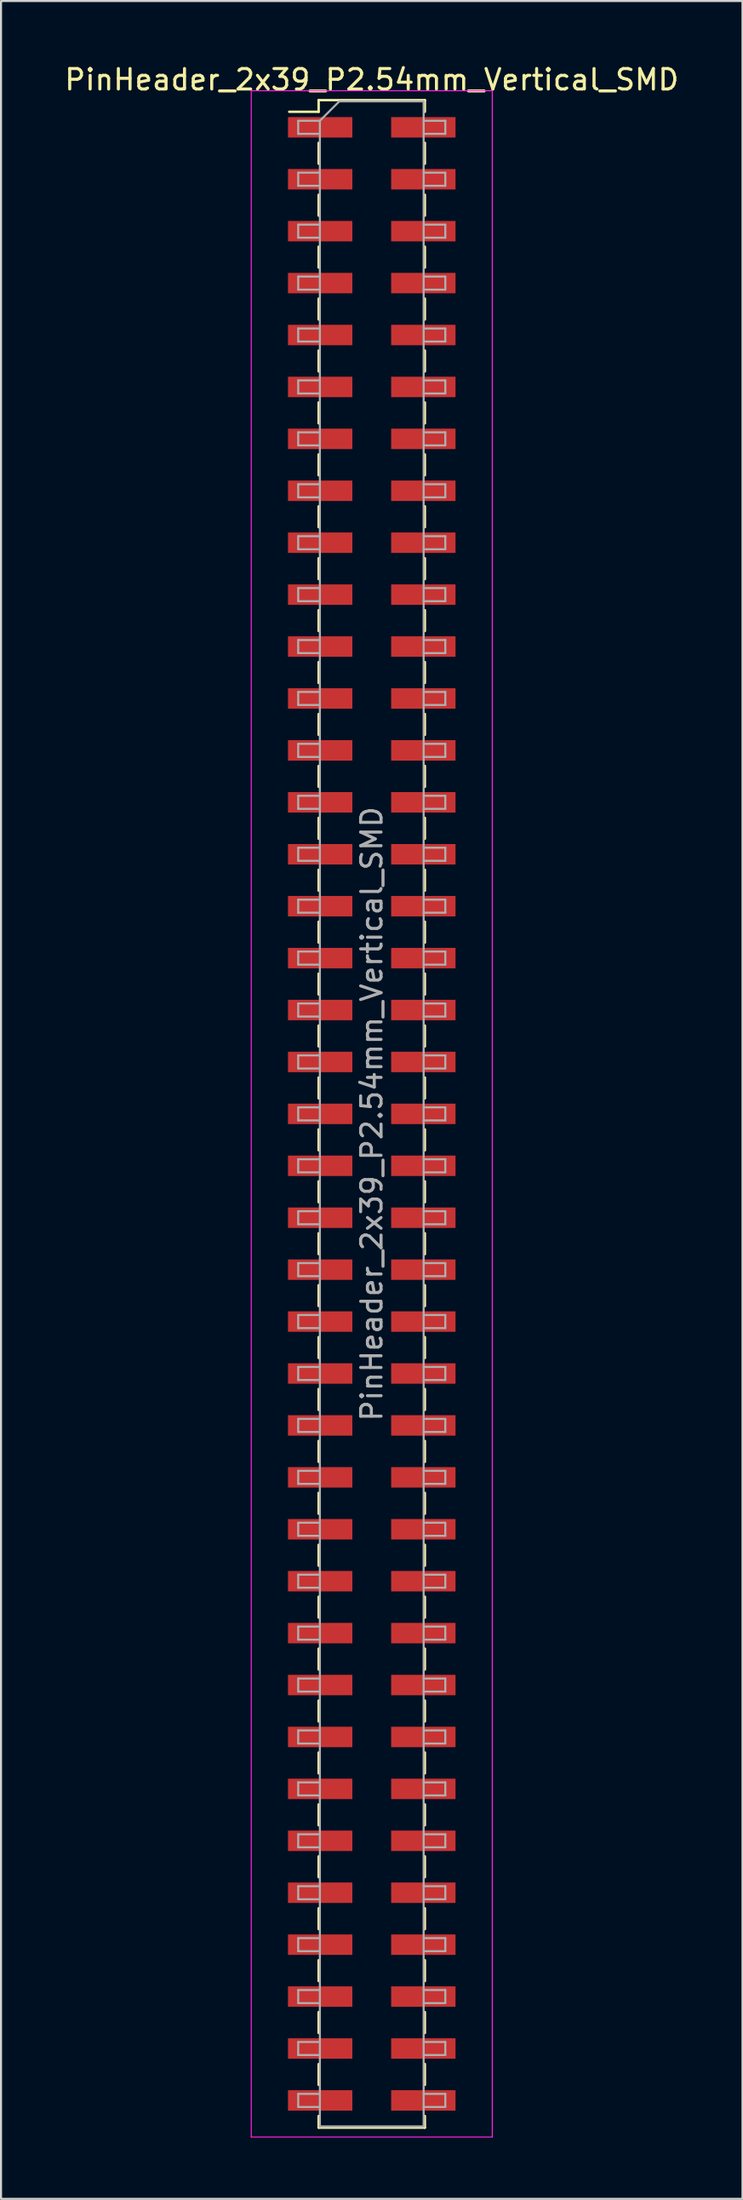
<source format=kicad_pcb>
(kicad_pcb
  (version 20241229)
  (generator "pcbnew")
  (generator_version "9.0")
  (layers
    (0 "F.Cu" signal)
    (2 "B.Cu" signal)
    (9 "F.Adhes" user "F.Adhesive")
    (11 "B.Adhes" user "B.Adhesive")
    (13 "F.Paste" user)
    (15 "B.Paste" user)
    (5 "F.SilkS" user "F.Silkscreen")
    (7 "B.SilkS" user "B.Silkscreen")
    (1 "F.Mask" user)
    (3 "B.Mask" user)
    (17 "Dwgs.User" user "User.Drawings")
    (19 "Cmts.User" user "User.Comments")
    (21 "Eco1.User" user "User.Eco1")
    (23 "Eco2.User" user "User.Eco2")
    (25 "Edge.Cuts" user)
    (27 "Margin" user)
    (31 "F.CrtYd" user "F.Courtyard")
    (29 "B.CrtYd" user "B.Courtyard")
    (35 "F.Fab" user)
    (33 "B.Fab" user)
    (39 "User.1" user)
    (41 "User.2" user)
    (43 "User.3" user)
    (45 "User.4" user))
  (footprint "PinHeader_2x39_P2.54mm_Vertical_SMD"
    (layer "F.Cu")
    (at 15.149 51.438)
    (property "Reference" "PinHeader_2x39_P2.54mm_Vertical_SMD" (at 0 -50.59 0) (layer "F.SilkS") (effects (font (size 1 1) (thickness 0.15))))
    (attr smd)
    (fp_line (start -4.04 -49.02) (end -2.6 -49.02) (stroke (width 0.12) (type solid)) (layer "F.SilkS"))
    (fp_line (start -2.6 -49.59) (end -2.6 -49.02) (stroke (width 0.12) (type solid)) (layer "F.SilkS"))
    (fp_line (start -2.6 -49.59) (end 2.6 -49.59) (stroke (width 0.12) (type solid)) (layer "F.SilkS"))
    (fp_line (start -2.6 -47.5) (end -2.6 -46.48) (stroke (width 0.12) (type solid)) (layer "F.SilkS"))
    (fp_line (start -2.6 -44.96) (end -2.6 -43.94) (stroke (width 0.12) (type solid)) (layer "F.SilkS"))
    (fp_line (start -2.6 -42.42) (end -2.6 -41.4) (stroke (width 0.12) (type solid)) (layer "F.SilkS"))
    (fp_line (start -2.6 -39.88) (end -2.6 -38.86) (stroke (width 0.12) (type solid)) (layer "F.SilkS"))
    (fp_line (start -2.6 -37.34) (end -2.6 -36.32) (stroke (width 0.12) (type solid)) (layer "F.SilkS"))
    (fp_line (start -2.6 -34.8) (end -2.6 -33.78) (stroke (width 0.12) (type solid)) (layer "F.SilkS"))
    (fp_line (start -2.6 -32.26) (end -2.6 -31.24) (stroke (width 0.12) (type solid)) (layer "F.SilkS"))
    (fp_line (start -2.6 -29.72) (end -2.6 -28.7) (stroke (width 0.12) (type solid)) (layer "F.SilkS"))
    (fp_line (start -2.6 -27.18) (end -2.6 -26.16) (stroke (width 0.12) (type solid)) (layer "F.SilkS"))
    (fp_line (start -2.6 -24.64) (end -2.6 -23.62) (stroke (width 0.12) (type solid)) (layer "F.SilkS"))
    (fp_line (start -2.6 -22.1) (end -2.6 -21.08) (stroke (width 0.12) (type solid)) (layer "F.SilkS"))
    (fp_line (start -2.6 -19.56) (end -2.6 -18.54) (stroke (width 0.12) (type solid)) (layer "F.SilkS"))
    (fp_line (start -2.6 -17.02) (end -2.6 -16) (stroke (width 0.12) (type solid)) (layer "F.SilkS"))
    (fp_line (start -2.6 -14.48) (end -2.6 -13.46) (stroke (width 0.12) (type solid)) (layer "F.SilkS"))
    (fp_line (start -2.6 -11.94) (end -2.6 -10.92) (stroke (width 0.12) (type solid)) (layer "F.SilkS"))
    (fp_line (start -2.6 -9.4) (end -2.6 -8.38) (stroke (width 0.12) (type solid)) (layer "F.SilkS"))
    (fp_line (start -2.6 -6.86) (end -2.6 -5.84) (stroke (width 0.12) (type solid)) (layer "F.SilkS"))
    (fp_line (start -2.6 -4.32) (end -2.6 -3.3) (stroke (width 0.12) (type solid)) (layer "F.SilkS"))
    (fp_line (start -2.6 -1.78) (end -2.6 -0.76) (stroke (width 0.12) (type solid)) (layer "F.SilkS"))
    (fp_line (start -2.6 0.76) (end -2.6 1.78) (stroke (width 0.12) (type solid)) (layer "F.SilkS"))
    (fp_line (start -2.6 3.3) (end -2.6 4.32) (stroke (width 0.12) (type solid)) (layer "F.SilkS"))
    (fp_line (start -2.6 5.84) (end -2.6 6.86) (stroke (width 0.12) (type solid)) (layer "F.SilkS"))
    (fp_line (start -2.6 8.38) (end -2.6 9.4) (stroke (width 0.12) (type solid)) (layer "F.SilkS"))
    (fp_line (start -2.6 10.92) (end -2.6 11.94) (stroke (width 0.12) (type solid)) (layer "F.SilkS"))
    (fp_line (start -2.6 13.46) (end -2.6 14.48) (stroke (width 0.12) (type solid)) (layer "F.SilkS"))
    (fp_line (start -2.6 16) (end -2.6 17.02) (stroke (width 0.12) (type solid)) (layer "F.SilkS"))
    (fp_line (start -2.6 18.54) (end -2.6 19.56) (stroke (width 0.12) (type solid)) (layer "F.SilkS"))
    (fp_line (start -2.6 21.08) (end -2.6 22.1) (stroke (width 0.12) (type solid)) (layer "F.SilkS"))
    (fp_line (start -2.6 23.62) (end -2.6 24.64) (stroke (width 0.12) (type solid)) (layer "F.SilkS"))
    (fp_line (start -2.6 26.16) (end -2.6 27.18) (stroke (width 0.12) (type solid)) (layer "F.SilkS"))
    (fp_line (start -2.6 28.7) (end -2.6 29.72) (stroke (width 0.12) (type solid)) (layer "F.SilkS"))
    (fp_line (start -2.6 31.24) (end -2.6 32.26) (stroke (width 0.12) (type solid)) (layer "F.SilkS"))
    (fp_line (start -2.6 33.78) (end -2.6 34.8) (stroke (width 0.12) (type solid)) (layer "F.SilkS"))
    (fp_line (start -2.6 36.32) (end -2.6 37.34) (stroke (width 0.12) (type solid)) (layer "F.SilkS"))
    (fp_line (start -2.6 38.86) (end -2.6 39.88) (stroke (width 0.12) (type solid)) (layer "F.SilkS"))
    (fp_line (start -2.6 41.4) (end -2.6 42.42) (stroke (width 0.12) (type solid)) (layer "F.SilkS"))
    (fp_line (start -2.6 43.94) (end -2.6 44.96) (stroke (width 0.12) (type solid)) (layer "F.SilkS"))
    (fp_line (start -2.6 46.48) (end -2.6 47.5) (stroke (width 0.12) (type solid)) (layer "F.SilkS"))
    (fp_line (start -2.6 49.02) (end -2.6 49.59) (stroke (width 0.12) (type solid)) (layer "F.SilkS"))
    (fp_line (start -2.6 49.59) (end 2.6 49.59) (stroke (width 0.12) (type solid)) (layer "F.SilkS"))
    (fp_line (start 2.6 -49.59) (end 2.6 -49.02) (stroke (width 0.12) (type solid)) (layer "F.SilkS"))
    (fp_line (start 2.6 -47.5) (end 2.6 -46.48) (stroke (width 0.12) (type solid)) (layer "F.SilkS"))
    (fp_line (start 2.6 -44.96) (end 2.6 -43.94) (stroke (width 0.12) (type solid)) (layer "F.SilkS"))
    (fp_line (start 2.6 -42.42) (end 2.6 -41.4) (stroke (width 0.12) (type solid)) (layer "F.SilkS"))
    (fp_line (start 2.6 -39.88) (end 2.6 -38.86) (stroke (width 0.12) (type solid)) (layer "F.SilkS"))
    (fp_line (start 2.6 -37.34) (end 2.6 -36.32) (stroke (width 0.12) (type solid)) (layer "F.SilkS"))
    (fp_line (start 2.6 -34.8) (end 2.6 -33.78) (stroke (width 0.12) (type solid)) (layer "F.SilkS"))
    (fp_line (start 2.6 -32.26) (end 2.6 -31.24) (stroke (width 0.12) (type solid)) (layer "F.SilkS"))
    (fp_line (start 2.6 -29.72) (end 2.6 -28.7) (stroke (width 0.12) (type solid)) (layer "F.SilkS"))
    (fp_line (start 2.6 -27.18) (end 2.6 -26.16) (stroke (width 0.12) (type solid)) (layer "F.SilkS"))
    (fp_line (start 2.6 -24.64) (end 2.6 -23.62) (stroke (width 0.12) (type solid)) (layer "F.SilkS"))
    (fp_line (start 2.6 -22.1) (end 2.6 -21.08) (stroke (width 0.12) (type solid)) (layer "F.SilkS"))
    (fp_line (start 2.6 -19.56) (end 2.6 -18.54) (stroke (width 0.12) (type solid)) (layer "F.SilkS"))
    (fp_line (start 2.6 -17.02) (end 2.6 -16) (stroke (width 0.12) (type solid)) (layer "F.SilkS"))
    (fp_line (start 2.6 -14.48) (end 2.6 -13.46) (stroke (width 0.12) (type solid)) (layer "F.SilkS"))
    (fp_line (start 2.6 -11.94) (end 2.6 -10.92) (stroke (width 0.12) (type solid)) (layer "F.SilkS"))
    (fp_line (start 2.6 -9.4) (end 2.6 -8.38) (stroke (width 0.12) (type solid)) (layer "F.SilkS"))
    (fp_line (start 2.6 -6.86) (end 2.6 -5.84) (stroke (width 0.12) (type solid)) (layer "F.SilkS"))
    (fp_line (start 2.6 -4.32) (end 2.6 -3.3) (stroke (width 0.12) (type solid)) (layer "F.SilkS"))
    (fp_line (start 2.6 -1.78) (end 2.6 -0.76) (stroke (width 0.12) (type solid)) (layer "F.SilkS"))
    (fp_line (start 2.6 0.76) (end 2.6 1.78) (stroke (width 0.12) (type solid)) (layer "F.SilkS"))
    (fp_line (start 2.6 3.3) (end 2.6 4.32) (stroke (width 0.12) (type solid)) (layer "F.SilkS"))
    (fp_line (start 2.6 5.84) (end 2.6 6.86) (stroke (width 0.12) (type solid)) (layer "F.SilkS"))
    (fp_line (start 2.6 8.38) (end 2.6 9.4) (stroke (width 0.12) (type solid)) (layer "F.SilkS"))
    (fp_line (start 2.6 10.92) (end 2.6 11.94) (stroke (width 0.12) (type solid)) (layer "F.SilkS"))
    (fp_line (start 2.6 13.46) (end 2.6 14.48) (stroke (width 0.12) (type solid)) (layer "F.SilkS"))
    (fp_line (start 2.6 16) (end 2.6 17.02) (stroke (width 0.12) (type solid)) (layer "F.SilkS"))
    (fp_line (start 2.6 18.54) (end 2.6 19.56) (stroke (width 0.12) (type solid)) (layer "F.SilkS"))
    (fp_line (start 2.6 21.08) (end 2.6 22.1) (stroke (width 0.12) (type solid)) (layer "F.SilkS"))
    (fp_line (start 2.6 23.62) (end 2.6 24.64) (stroke (width 0.12) (type solid)) (layer "F.SilkS"))
    (fp_line (start 2.6 26.16) (end 2.6 27.18) (stroke (width 0.12) (type solid)) (layer "F.SilkS"))
    (fp_line (start 2.6 28.7) (end 2.6 29.72) (stroke (width 0.12) (type solid)) (layer "F.SilkS"))
    (fp_line (start 2.6 31.24) (end 2.6 32.26) (stroke (width 0.12) (type solid)) (layer "F.SilkS"))
    (fp_line (start 2.6 33.78) (end 2.6 34.8) (stroke (width 0.12) (type solid)) (layer "F.SilkS"))
    (fp_line (start 2.6 36.32) (end 2.6 37.34) (stroke (width 0.12) (type solid)) (layer "F.SilkS"))
    (fp_line (start 2.6 38.86) (end 2.6 39.88) (stroke (width 0.12) (type solid)) (layer "F.SilkS"))
    (fp_line (start 2.6 41.4) (end 2.6 42.42) (stroke (width 0.12) (type solid)) (layer "F.SilkS"))
    (fp_line (start 2.6 43.94) (end 2.6 44.96) (stroke (width 0.12) (type solid)) (layer "F.SilkS"))
    (fp_line (start 2.6 46.48) (end 2.6 47.5) (stroke (width 0.12) (type solid)) (layer "F.SilkS"))
    (fp_line (start 2.6 49.02) (end 2.6 49.59) (stroke (width 0.12) (type solid)) (layer "F.SilkS"))
    (fp_line (start -5.9 -50.05) (end -5.9 50.05) (stroke (width 0.05) (type solid)) (layer "F.CrtYd"))
    (fp_line (start -5.9 50.05) (end 5.9 50.05) (stroke (width 0.05) (type solid)) (layer "F.CrtYd"))
    (fp_line (start 5.9 -50.05) (end -5.9 -50.05) (stroke (width 0.05) (type solid)) (layer "F.CrtYd"))
    (fp_line (start 5.9 50.05) (end 5.9 -50.05) (stroke (width 0.05) (type solid)) (layer "F.CrtYd"))
    (fp_line (start -3.6 -48.58) (end -3.6 -47.94) (stroke (width 0.1) (type solid)) (layer "F.Fab"))
    (fp_line (start -3.6 -47.94) (end -2.54 -47.94) (stroke (width 0.1) (type solid)) (layer "F.Fab"))
    (fp_line (start -3.6 -46.04) (end -3.6 -45.4) (stroke (width 0.1) (type solid)) (layer "F.Fab"))
    (fp_line (start -3.6 -45.4) (end -2.54 -45.4) (stroke (width 0.1) (type solid)) (layer "F.Fab"))
    (fp_line (start -3.6 -43.5) (end -3.6 -42.86) (stroke (width 0.1) (type solid)) (layer "F.Fab"))
    (fp_line (start -3.6 -42.86) (end -2.54 -42.86) (stroke (width 0.1) (type solid)) (layer "F.Fab"))
    (fp_line (start -3.6 -40.96) (end -3.6 -40.32) (stroke (width 0.1) (type solid)) (layer "F.Fab"))
    (fp_line (start -3.6 -40.32) (end -2.54 -40.32) (stroke (width 0.1) (type solid)) (layer "F.Fab"))
    (fp_line (start -3.6 -38.42) (end -3.6 -37.78) (stroke (width 0.1) (type solid)) (layer "F.Fab"))
    (fp_line (start -3.6 -37.78) (end -2.54 -37.78) (stroke (width 0.1) (type solid)) (layer "F.Fab"))
    (fp_line (start -3.6 -35.88) (end -3.6 -35.24) (stroke (width 0.1) (type solid)) (layer "F.Fab"))
    (fp_line (start -3.6 -35.24) (end -2.54 -35.24) (stroke (width 0.1) (type solid)) (layer "F.Fab"))
    (fp_line (start -3.6 -33.34) (end -3.6 -32.7) (stroke (width 0.1) (type solid)) (layer "F.Fab"))
    (fp_line (start -3.6 -32.7) (end -2.54 -32.7) (stroke (width 0.1) (type solid)) (layer "F.Fab"))
    (fp_line (start -3.6 -30.8) (end -3.6 -30.16) (stroke (width 0.1) (type solid)) (layer "F.Fab"))
    (fp_line (start -3.6 -30.16) (end -2.54 -30.16) (stroke (width 0.1) (type solid)) (layer "F.Fab"))
    (fp_line (start -3.6 -28.26) (end -3.6 -27.62) (stroke (width 0.1) (type solid)) (layer "F.Fab"))
    (fp_line (start -3.6 -27.62) (end -2.54 -27.62) (stroke (width 0.1) (type solid)) (layer "F.Fab"))
    (fp_line (start -3.6 -25.72) (end -3.6 -25.08) (stroke (width 0.1) (type solid)) (layer "F.Fab"))
    (fp_line (start -3.6 -25.08) (end -2.54 -25.08) (stroke (width 0.1) (type solid)) (layer "F.Fab"))
    (fp_line (start -3.6 -23.18) (end -3.6 -22.54) (stroke (width 0.1) (type solid)) (layer "F.Fab"))
    (fp_line (start -3.6 -22.54) (end -2.54 -22.54) (stroke (width 0.1) (type solid)) (layer "F.Fab"))
    (fp_line (start -3.6 -20.64) (end -3.6 -20) (stroke (width 0.1) (type solid)) (layer "F.Fab"))
    (fp_line (start -3.6 -20) (end -2.54 -20) (stroke (width 0.1) (type solid)) (layer "F.Fab"))
    (fp_line (start -3.6 -18.1) (end -3.6 -17.46) (stroke (width 0.1) (type solid)) (layer "F.Fab"))
    (fp_line (start -3.6 -17.46) (end -2.54 -17.46) (stroke (width 0.1) (type solid)) (layer "F.Fab"))
    (fp_line (start -3.6 -15.56) (end -3.6 -14.92) (stroke (width 0.1) (type solid)) (layer "F.Fab"))
    (fp_line (start -3.6 -14.92) (end -2.54 -14.92) (stroke (width 0.1) (type solid)) (layer "F.Fab"))
    (fp_line (start -3.6 -13.02) (end -3.6 -12.38) (stroke (width 0.1) (type solid)) (layer "F.Fab"))
    (fp_line (start -3.6 -12.38) (end -2.54 -12.38) (stroke (width 0.1) (type solid)) (layer "F.Fab"))
    (fp_line (start -3.6 -10.48) (end -3.6 -9.84) (stroke (width 0.1) (type solid)) (layer "F.Fab"))
    (fp_line (start -3.6 -9.84) (end -2.54 -9.84) (stroke (width 0.1) (type solid)) (layer "F.Fab"))
    (fp_line (start -3.6 -7.94) (end -3.6 -7.3) (stroke (width 0.1) (type solid)) (layer "F.Fab"))
    (fp_line (start -3.6 -7.3) (end -2.54 -7.3) (stroke (width 0.1) (type solid)) (layer "F.Fab"))
    (fp_line (start -3.6 -5.4) (end -3.6 -4.76) (stroke (width 0.1) (type solid)) (layer "F.Fab"))
    (fp_line (start -3.6 -4.76) (end -2.54 -4.76) (stroke (width 0.1) (type solid)) (layer "F.Fab"))
    (fp_line (start -3.6 -2.86) (end -3.6 -2.22) (stroke (width 0.1) (type solid)) (layer "F.Fab"))
    (fp_line (start -3.6 -2.22) (end -2.54 -2.22) (stroke (width 0.1) (type solid)) (layer "F.Fab"))
    (fp_line (start -3.6 -0.32) (end -3.6 0.32) (stroke (width 0.1) (type solid)) (layer "F.Fab"))
    (fp_line (start -3.6 0.32) (end -2.54 0.32) (stroke (width 0.1) (type solid)) (layer "F.Fab"))
    (fp_line (start -3.6 2.22) (end -3.6 2.86) (stroke (width 0.1) (type solid)) (layer "F.Fab"))
    (fp_line (start -3.6 2.86) (end -2.54 2.86) (stroke (width 0.1) (type solid)) (layer "F.Fab"))
    (fp_line (start -3.6 4.76) (end -3.6 5.4) (stroke (width 0.1) (type solid)) (layer "F.Fab"))
    (fp_line (start -3.6 5.4) (end -2.54 5.4) (stroke (width 0.1) (type solid)) (layer "F.Fab"))
    (fp_line (start -3.6 7.3) (end -3.6 7.94) (stroke (width 0.1) (type solid)) (layer "F.Fab"))
    (fp_line (start -3.6 7.94) (end -2.54 7.94) (stroke (width 0.1) (type solid)) (layer "F.Fab"))
    (fp_line (start -3.6 9.84) (end -3.6 10.48) (stroke (width 0.1) (type solid)) (layer "F.Fab"))
    (fp_line (start -3.6 10.48) (end -2.54 10.48) (stroke (width 0.1) (type solid)) (layer "F.Fab"))
    (fp_line (start -3.6 12.38) (end -3.6 13.02) (stroke (width 0.1) (type solid)) (layer "F.Fab"))
    (fp_line (start -3.6 13.02) (end -2.54 13.02) (stroke (width 0.1) (type solid)) (layer "F.Fab"))
    (fp_line (start -3.6 14.92) (end -3.6 15.56) (stroke (width 0.1) (type solid)) (layer "F.Fab"))
    (fp_line (start -3.6 15.56) (end -2.54 15.56) (stroke (width 0.1) (type solid)) (layer "F.Fab"))
    (fp_line (start -3.6 17.46) (end -3.6 18.1) (stroke (width 0.1) (type solid)) (layer "F.Fab"))
    (fp_line (start -3.6 18.1) (end -2.54 18.1) (stroke (width 0.1) (type solid)) (layer "F.Fab"))
    (fp_line (start -3.6 20) (end -3.6 20.64) (stroke (width 0.1) (type solid)) (layer "F.Fab"))
    (fp_line (start -3.6 20.64) (end -2.54 20.64) (stroke (width 0.1) (type solid)) (layer "F.Fab"))
    (fp_line (start -3.6 22.54) (end -3.6 23.18) (stroke (width 0.1) (type solid)) (layer "F.Fab"))
    (fp_line (start -3.6 23.18) (end -2.54 23.18) (stroke (width 0.1) (type solid)) (layer "F.Fab"))
    (fp_line (start -3.6 25.08) (end -3.6 25.72) (stroke (width 0.1) (type solid)) (layer "F.Fab"))
    (fp_line (start -3.6 25.72) (end -2.54 25.72) (stroke (width 0.1) (type solid)) (layer "F.Fab"))
    (fp_line (start -3.6 27.62) (end -3.6 28.26) (stroke (width 0.1) (type solid)) (layer "F.Fab"))
    (fp_line (start -3.6 28.26) (end -2.54 28.26) (stroke (width 0.1) (type solid)) (layer "F.Fab"))
    (fp_line (start -3.6 30.16) (end -3.6 30.8) (stroke (width 0.1) (type solid)) (layer "F.Fab"))
    (fp_line (start -3.6 30.8) (end -2.54 30.8) (stroke (width 0.1) (type solid)) (layer "F.Fab"))
    (fp_line (start -3.6 32.7) (end -3.6 33.34) (stroke (width 0.1) (type solid)) (layer "F.Fab"))
    (fp_line (start -3.6 33.34) (end -2.54 33.34) (stroke (width 0.1) (type solid)) (layer "F.Fab"))
    (fp_line (start -3.6 35.24) (end -3.6 35.88) (stroke (width 0.1) (type solid)) (layer "F.Fab"))
    (fp_line (start -3.6 35.88) (end -2.54 35.88) (stroke (width 0.1) (type solid)) (layer "F.Fab"))
    (fp_line (start -3.6 37.78) (end -3.6 38.42) (stroke (width 0.1) (type solid)) (layer "F.Fab"))
    (fp_line (start -3.6 38.42) (end -2.54 38.42) (stroke (width 0.1) (type solid)) (layer "F.Fab"))
    (fp_line (start -3.6 40.32) (end -3.6 40.96) (stroke (width 0.1) (type solid)) (layer "F.Fab"))
    (fp_line (start -3.6 40.96) (end -2.54 40.96) (stroke (width 0.1) (type solid)) (layer "F.Fab"))
    (fp_line (start -3.6 42.86) (end -3.6 43.5) (stroke (width 0.1) (type solid)) (layer "F.Fab"))
    (fp_line (start -3.6 43.5) (end -2.54 43.5) (stroke (width 0.1) (type solid)) (layer "F.Fab"))
    (fp_line (start -3.6 45.4) (end -3.6 46.04) (stroke (width 0.1) (type solid)) (layer "F.Fab"))
    (fp_line (start -3.6 46.04) (end -2.54 46.04) (stroke (width 0.1) (type solid)) (layer "F.Fab"))
    (fp_line (start -3.6 47.94) (end -3.6 48.58) (stroke (width 0.1) (type solid)) (layer "F.Fab"))
    (fp_line (start -3.6 48.58) (end -2.54 48.58) (stroke (width 0.1) (type solid)) (layer "F.Fab"))
    (fp_line (start -2.54 -48.58) (end -3.6 -48.58) (stroke (width 0.1) (type solid)) (layer "F.Fab"))
    (fp_line (start -2.54 -48.58) (end -1.59 -49.53) (stroke (width 0.1) (type solid)) (layer "F.Fab"))
    (fp_line (start -2.54 -46.04) (end -3.6 -46.04) (stroke (width 0.1) (type solid)) (layer "F.Fab"))
    (fp_line (start -2.54 -43.5) (end -3.6 -43.5) (stroke (width 0.1) (type solid)) (layer "F.Fab"))
    (fp_line (start -2.54 -40.96) (end -3.6 -40.96) (stroke (width 0.1) (type solid)) (layer "F.Fab"))
    (fp_line (start -2.54 -38.42) (end -3.6 -38.42) (stroke (width 0.1) (type solid)) (layer "F.Fab"))
    (fp_line (start -2.54 -35.88) (end -3.6 -35.88) (stroke (width 0.1) (type solid)) (layer "F.Fab"))
    (fp_line (start -2.54 -33.34) (end -3.6 -33.34) (stroke (width 0.1) (type solid)) (layer "F.Fab"))
    (fp_line (start -2.54 -30.8) (end -3.6 -30.8) (stroke (width 0.1) (type solid)) (layer "F.Fab"))
    (fp_line (start -2.54 -28.26) (end -3.6 -28.26) (stroke (width 0.1) (type solid)) (layer "F.Fab"))
    (fp_line (start -2.54 -25.72) (end -3.6 -25.72) (stroke (width 0.1) (type solid)) (layer "F.Fab"))
    (fp_line (start -2.54 -23.18) (end -3.6 -23.18) (stroke (width 0.1) (type solid)) (layer "F.Fab"))
    (fp_line (start -2.54 -20.64) (end -3.6 -20.64) (stroke (width 0.1) (type solid)) (layer "F.Fab"))
    (fp_line (start -2.54 -18.1) (end -3.6 -18.1) (stroke (width 0.1) (type solid)) (layer "F.Fab"))
    (fp_line (start -2.54 -15.56) (end -3.6 -15.56) (stroke (width 0.1) (type solid)) (layer "F.Fab"))
    (fp_line (start -2.54 -13.02) (end -3.6 -13.02) (stroke (width 0.1) (type solid)) (layer "F.Fab"))
    (fp_line (start -2.54 -10.48) (end -3.6 -10.48) (stroke (width 0.1) (type solid)) (layer "F.Fab"))
    (fp_line (start -2.54 -7.94) (end -3.6 -7.94) (stroke (width 0.1) (type solid)) (layer "F.Fab"))
    (fp_line (start -2.54 -5.4) (end -3.6 -5.4) (stroke (width 0.1) (type solid)) (layer "F.Fab"))
    (fp_line (start -2.54 -2.86) (end -3.6 -2.86) (stroke (width 0.1) (type solid)) (layer "F.Fab"))
    (fp_line (start -2.54 -0.32) (end -3.6 -0.32) (stroke (width 0.1) (type solid)) (layer "F.Fab"))
    (fp_line (start -2.54 2.22) (end -3.6 2.22) (stroke (width 0.1) (type solid)) (layer "F.Fab"))
    (fp_line (start -2.54 4.76) (end -3.6 4.76) (stroke (width 0.1) (type solid)) (layer "F.Fab"))
    (fp_line (start -2.54 7.3) (end -3.6 7.3) (stroke (width 0.1) (type solid)) (layer "F.Fab"))
    (fp_line (start -2.54 9.84) (end -3.6 9.84) (stroke (width 0.1) (type solid)) (layer "F.Fab"))
    (fp_line (start -2.54 12.38) (end -3.6 12.38) (stroke (width 0.1) (type solid)) (layer "F.Fab"))
    (fp_line (start -2.54 14.92) (end -3.6 14.92) (stroke (width 0.1) (type solid)) (layer "F.Fab"))
    (fp_line (start -2.54 17.46) (end -3.6 17.46) (stroke (width 0.1) (type solid)) (layer "F.Fab"))
    (fp_line (start -2.54 20) (end -3.6 20) (stroke (width 0.1) (type solid)) (layer "F.Fab"))
    (fp_line (start -2.54 22.54) (end -3.6 22.54) (stroke (width 0.1) (type solid)) (layer "F.Fab"))
    (fp_line (start -2.54 25.08) (end -3.6 25.08) (stroke (width 0.1) (type solid)) (layer "F.Fab"))
    (fp_line (start -2.54 27.62) (end -3.6 27.62) (stroke (width 0.1) (type solid)) (layer "F.Fab"))
    (fp_line (start -2.54 30.16) (end -3.6 30.16) (stroke (width 0.1) (type solid)) (layer "F.Fab"))
    (fp_line (start -2.54 32.7) (end -3.6 32.7) (stroke (width 0.1) (type solid)) (layer "F.Fab"))
    (fp_line (start -2.54 35.24) (end -3.6 35.24) (stroke (width 0.1) (type solid)) (layer "F.Fab"))
    (fp_line (start -2.54 37.78) (end -3.6 37.78) (stroke (width 0.1) (type solid)) (layer "F.Fab"))
    (fp_line (start -2.54 40.32) (end -3.6 40.32) (stroke (width 0.1) (type solid)) (layer "F.Fab"))
    (fp_line (start -2.54 42.86) (end -3.6 42.86) (stroke (width 0.1) (type solid)) (layer "F.Fab"))
    (fp_line (start -2.54 45.4) (end -3.6 45.4) (stroke (width 0.1) (type solid)) (layer "F.Fab"))
    (fp_line (start -2.54 47.94) (end -3.6 47.94) (stroke (width 0.1) (type solid)) (layer "F.Fab"))
    (fp_line (start -2.54 49.53) (end -2.54 -48.58) (stroke (width 0.1) (type solid)) (layer "F.Fab"))
    (fp_line (start -1.59 -49.53) (end 2.54 -49.53) (stroke (width 0.1) (type solid)) (layer "F.Fab"))
    (fp_line (start 2.54 -49.53) (end 2.54 49.53) (stroke (width 0.1) (type solid)) (layer "F.Fab"))
    (fp_line (start 2.54 -48.58) (end 3.6 -48.58) (stroke (width 0.1) (type solid)) (layer "F.Fab"))
    (fp_line (start 2.54 -46.04) (end 3.6 -46.04) (stroke (width 0.1) (type solid)) (layer "F.Fab"))
    (fp_line (start 2.54 -43.5) (end 3.6 -43.5) (stroke (width 0.1) (type solid)) (layer "F.Fab"))
    (fp_line (start 2.54 -40.96) (end 3.6 -40.96) (stroke (width 0.1) (type solid)) (layer "F.Fab"))
    (fp_line (start 2.54 -38.42) (end 3.6 -38.42) (stroke (width 0.1) (type solid)) (layer "F.Fab"))
    (fp_line (start 2.54 -35.88) (end 3.6 -35.88) (stroke (width 0.1) (type solid)) (layer "F.Fab"))
    (fp_line (start 2.54 -33.34) (end 3.6 -33.34) (stroke (width 0.1) (type solid)) (layer "F.Fab"))
    (fp_line (start 2.54 -30.8) (end 3.6 -30.8) (stroke (width 0.1) (type solid)) (layer "F.Fab"))
    (fp_line (start 2.54 -28.26) (end 3.6 -28.26) (stroke (width 0.1) (type solid)) (layer "F.Fab"))
    (fp_line (start 2.54 -25.72) (end 3.6 -25.72) (stroke (width 0.1) (type solid)) (layer "F.Fab"))
    (fp_line (start 2.54 -23.18) (end 3.6 -23.18) (stroke (width 0.1) (type solid)) (layer "F.Fab"))
    (fp_line (start 2.54 -20.64) (end 3.6 -20.64) (stroke (width 0.1) (type solid)) (layer "F.Fab"))
    (fp_line (start 2.54 -18.1) (end 3.6 -18.1) (stroke (width 0.1) (type solid)) (layer "F.Fab"))
    (fp_line (start 2.54 -15.56) (end 3.6 -15.56) (stroke (width 0.1) (type solid)) (layer "F.Fab"))
    (fp_line (start 2.54 -13.02) (end 3.6 -13.02) (stroke (width 0.1) (type solid)) (layer "F.Fab"))
    (fp_line (start 2.54 -10.48) (end 3.6 -10.48) (stroke (width 0.1) (type solid)) (layer "F.Fab"))
    (fp_line (start 2.54 -7.94) (end 3.6 -7.94) (stroke (width 0.1) (type solid)) (layer "F.Fab"))
    (fp_line (start 2.54 -5.4) (end 3.6 -5.4) (stroke (width 0.1) (type solid)) (layer "F.Fab"))
    (fp_line (start 2.54 -2.86) (end 3.6 -2.86) (stroke (width 0.1) (type solid)) (layer "F.Fab"))
    (fp_line (start 2.54 -0.32) (end 3.6 -0.32) (stroke (width 0.1) (type solid)) (layer "F.Fab"))
    (fp_line (start 2.54 2.22) (end 3.6 2.22) (stroke (width 0.1) (type solid)) (layer "F.Fab"))
    (fp_line (start 2.54 4.76) (end 3.6 4.76) (stroke (width 0.1) (type solid)) (layer "F.Fab"))
    (fp_line (start 2.54 7.3) (end 3.6 7.3) (stroke (width 0.1) (type solid)) (layer "F.Fab"))
    (fp_line (start 2.54 9.84) (end 3.6 9.84) (stroke (width 0.1) (type solid)) (layer "F.Fab"))
    (fp_line (start 2.54 12.38) (end 3.6 12.38) (stroke (width 0.1) (type solid)) (layer "F.Fab"))
    (fp_line (start 2.54 14.92) (end 3.6 14.92) (stroke (width 0.1) (type solid)) (layer "F.Fab"))
    (fp_line (start 2.54 17.46) (end 3.6 17.46) (stroke (width 0.1) (type solid)) (layer "F.Fab"))
    (fp_line (start 2.54 20) (end 3.6 20) (stroke (width 0.1) (type solid)) (layer "F.Fab"))
    (fp_line (start 2.54 22.54) (end 3.6 22.54) (stroke (width 0.1) (type solid)) (layer "F.Fab"))
    (fp_line (start 2.54 25.08) (end 3.6 25.08) (stroke (width 0.1) (type solid)) (layer "F.Fab"))
    (fp_line (start 2.54 27.62) (end 3.6 27.62) (stroke (width 0.1) (type solid)) (layer "F.Fab"))
    (fp_line (start 2.54 30.16) (end 3.6 30.16) (stroke (width 0.1) (type solid)) (layer "F.Fab"))
    (fp_line (start 2.54 32.7) (end 3.6 32.7) (stroke (width 0.1) (type solid)) (layer "F.Fab"))
    (fp_line (start 2.54 35.24) (end 3.6 35.24) (stroke (width 0.1) (type solid)) (layer "F.Fab"))
    (fp_line (start 2.54 37.78) (end 3.6 37.78) (stroke (width 0.1) (type solid)) (layer "F.Fab"))
    (fp_line (start 2.54 40.32) (end 3.6 40.32) (stroke (width 0.1) (type solid)) (layer "F.Fab"))
    (fp_line (start 2.54 42.86) (end 3.6 42.86) (stroke (width 0.1) (type solid)) (layer "F.Fab"))
    (fp_line (start 2.54 45.4) (end 3.6 45.4) (stroke (width 0.1) (type solid)) (layer "F.Fab"))
    (fp_line (start 2.54 47.94) (end 3.6 47.94) (stroke (width 0.1) (type solid)) (layer "F.Fab"))
    (fp_line (start 2.54 49.53) (end -2.54 49.53) (stroke (width 0.1) (type solid)) (layer "F.Fab"))
    (fp_line (start 3.6 -48.58) (end 3.6 -47.94) (stroke (width 0.1) (type solid)) (layer "F.Fab"))
    (fp_line (start 3.6 -47.94) (end 2.54 -47.94) (stroke (width 0.1) (type solid)) (layer "F.Fab"))
    (fp_line (start 3.6 -46.04) (end 3.6 -45.4) (stroke (width 0.1) (type solid)) (layer "F.Fab"))
    (fp_line (start 3.6 -45.4) (end 2.54 -45.4) (stroke (width 0.1) (type solid)) (layer "F.Fab"))
    (fp_line (start 3.6 -43.5) (end 3.6 -42.86) (stroke (width 0.1) (type solid)) (layer "F.Fab"))
    (fp_line (start 3.6 -42.86) (end 2.54 -42.86) (stroke (width 0.1) (type solid)) (layer "F.Fab"))
    (fp_line (start 3.6 -40.96) (end 3.6 -40.32) (stroke (width 0.1) (type solid)) (layer "F.Fab"))
    (fp_line (start 3.6 -40.32) (end 2.54 -40.32) (stroke (width 0.1) (type solid)) (layer "F.Fab"))
    (fp_line (start 3.6 -38.42) (end 3.6 -37.78) (stroke (width 0.1) (type solid)) (layer "F.Fab"))
    (fp_line (start 3.6 -37.78) (end 2.54 -37.78) (stroke (width 0.1) (type solid)) (layer "F.Fab"))
    (fp_line (start 3.6 -35.88) (end 3.6 -35.24) (stroke (width 0.1) (type solid)) (layer "F.Fab"))
    (fp_line (start 3.6 -35.24) (end 2.54 -35.24) (stroke (width 0.1) (type solid)) (layer "F.Fab"))
    (fp_line (start 3.6 -33.34) (end 3.6 -32.7) (stroke (width 0.1) (type solid)) (layer "F.Fab"))
    (fp_line (start 3.6 -32.7) (end 2.54 -32.7) (stroke (width 0.1) (type solid)) (layer "F.Fab"))
    (fp_line (start 3.6 -30.8) (end 3.6 -30.16) (stroke (width 0.1) (type solid)) (layer "F.Fab"))
    (fp_line (start 3.6 -30.16) (end 2.54 -30.16) (stroke (width 0.1) (type solid)) (layer "F.Fab"))
    (fp_line (start 3.6 -28.26) (end 3.6 -27.62) (stroke (width 0.1) (type solid)) (layer "F.Fab"))
    (fp_line (start 3.6 -27.62) (end 2.54 -27.62) (stroke (width 0.1) (type solid)) (layer "F.Fab"))
    (fp_line (start 3.6 -25.72) (end 3.6 -25.08) (stroke (width 0.1) (type solid)) (layer "F.Fab"))
    (fp_line (start 3.6 -25.08) (end 2.54 -25.08) (stroke (width 0.1) (type solid)) (layer "F.Fab"))
    (fp_line (start 3.6 -23.18) (end 3.6 -22.54) (stroke (width 0.1) (type solid)) (layer "F.Fab"))
    (fp_line (start 3.6 -22.54) (end 2.54 -22.54) (stroke (width 0.1) (type solid)) (layer "F.Fab"))
    (fp_line (start 3.6 -20.64) (end 3.6 -20) (stroke (width 0.1) (type solid)) (layer "F.Fab"))
    (fp_line (start 3.6 -20) (end 2.54 -20) (stroke (width 0.1) (type solid)) (layer "F.Fab"))
    (fp_line (start 3.6 -18.1) (end 3.6 -17.46) (stroke (width 0.1) (type solid)) (layer "F.Fab"))
    (fp_line (start 3.6 -17.46) (end 2.54 -17.46) (stroke (width 0.1) (type solid)) (layer "F.Fab"))
    (fp_line (start 3.6 -15.56) (end 3.6 -14.92) (stroke (width 0.1) (type solid)) (layer "F.Fab"))
    (fp_line (start 3.6 -14.92) (end 2.54 -14.92) (stroke (width 0.1) (type solid)) (layer "F.Fab"))
    (fp_line (start 3.6 -13.02) (end 3.6 -12.38) (stroke (width 0.1) (type solid)) (layer "F.Fab"))
    (fp_line (start 3.6 -12.38) (end 2.54 -12.38) (stroke (width 0.1) (type solid)) (layer "F.Fab"))
    (fp_line (start 3.6 -10.48) (end 3.6 -9.84) (stroke (width 0.1) (type solid)) (layer "F.Fab"))
    (fp_line (start 3.6 -9.84) (end 2.54 -9.84) (stroke (width 0.1) (type solid)) (layer "F.Fab"))
    (fp_line (start 3.6 -7.94) (end 3.6 -7.3) (stroke (width 0.1) (type solid)) (layer "F.Fab"))
    (fp_line (start 3.6 -7.3) (end 2.54 -7.3) (stroke (width 0.1) (type solid)) (layer "F.Fab"))
    (fp_line (start 3.6 -5.4) (end 3.6 -4.76) (stroke (width 0.1) (type solid)) (layer "F.Fab"))
    (fp_line (start 3.6 -4.76) (end 2.54 -4.76) (stroke (width 0.1) (type solid)) (layer "F.Fab"))
    (fp_line (start 3.6 -2.86) (end 3.6 -2.22) (stroke (width 0.1) (type solid)) (layer "F.Fab"))
    (fp_line (start 3.6 -2.22) (end 2.54 -2.22) (stroke (width 0.1) (type solid)) (layer "F.Fab"))
    (fp_line (start 3.6 -0.32) (end 3.6 0.32) (stroke (width 0.1) (type solid)) (layer "F.Fab"))
    (fp_line (start 3.6 0.32) (end 2.54 0.32) (stroke (width 0.1) (type solid)) (layer "F.Fab"))
    (fp_line (start 3.6 2.22) (end 3.6 2.86) (stroke (width 0.1) (type solid)) (layer "F.Fab"))
    (fp_line (start 3.6 2.86) (end 2.54 2.86) (stroke (width 0.1) (type solid)) (layer "F.Fab"))
    (fp_line (start 3.6 4.76) (end 3.6 5.4) (stroke (width 0.1) (type solid)) (layer "F.Fab"))
    (fp_line (start 3.6 5.4) (end 2.54 5.4) (stroke (width 0.1) (type solid)) (layer "F.Fab"))
    (fp_line (start 3.6 7.3) (end 3.6 7.94) (stroke (width 0.1) (type solid)) (layer "F.Fab"))
    (fp_line (start 3.6 7.94) (end 2.54 7.94) (stroke (width 0.1) (type solid)) (layer "F.Fab"))
    (fp_line (start 3.6 9.84) (end 3.6 10.48) (stroke (width 0.1) (type solid)) (layer "F.Fab"))
    (fp_line (start 3.6 10.48) (end 2.54 10.48) (stroke (width 0.1) (type solid)) (layer "F.Fab"))
    (fp_line (start 3.6 12.38) (end 3.6 13.02) (stroke (width 0.1) (type solid)) (layer "F.Fab"))
    (fp_line (start 3.6 13.02) (end 2.54 13.02) (stroke (width 0.1) (type solid)) (layer "F.Fab"))
    (fp_line (start 3.6 14.92) (end 3.6 15.56) (stroke (width 0.1) (type solid)) (layer "F.Fab"))
    (fp_line (start 3.6 15.56) (end 2.54 15.56) (stroke (width 0.1) (type solid)) (layer "F.Fab"))
    (fp_line (start 3.6 17.46) (end 3.6 18.1) (stroke (width 0.1) (type solid)) (layer "F.Fab"))
    (fp_line (start 3.6 18.1) (end 2.54 18.1) (stroke (width 0.1) (type solid)) (layer "F.Fab"))
    (fp_line (start 3.6 20) (end 3.6 20.64) (stroke (width 0.1) (type solid)) (layer "F.Fab"))
    (fp_line (start 3.6 20.64) (end 2.54 20.64) (stroke (width 0.1) (type solid)) (layer "F.Fab"))
    (fp_line (start 3.6 22.54) (end 3.6 23.18) (stroke (width 0.1) (type solid)) (layer "F.Fab"))
    (fp_line (start 3.6 23.18) (end 2.54 23.18) (stroke (width 0.1) (type solid)) (layer "F.Fab"))
    (fp_line (start 3.6 25.08) (end 3.6 25.72) (stroke (width 0.1) (type solid)) (layer "F.Fab"))
    (fp_line (start 3.6 25.72) (end 2.54 25.72) (stroke (width 0.1) (type solid)) (layer "F.Fab"))
    (fp_line (start 3.6 27.62) (end 3.6 28.26) (stroke (width 0.1) (type solid)) (layer "F.Fab"))
    (fp_line (start 3.6 28.26) (end 2.54 28.26) (stroke (width 0.1) (type solid)) (layer "F.Fab"))
    (fp_line (start 3.6 30.16) (end 3.6 30.8) (stroke (width 0.1) (type solid)) (layer "F.Fab"))
    (fp_line (start 3.6 30.8) (end 2.54 30.8) (stroke (width 0.1) (type solid)) (layer "F.Fab"))
    (fp_line (start 3.6 32.7) (end 3.6 33.34) (stroke (width 0.1) (type solid)) (layer "F.Fab"))
    (fp_line (start 3.6 33.34) (end 2.54 33.34) (stroke (width 0.1) (type solid)) (layer "F.Fab"))
    (fp_line (start 3.6 35.24) (end 3.6 35.88) (stroke (width 0.1) (type solid)) (layer "F.Fab"))
    (fp_line (start 3.6 35.88) (end 2.54 35.88) (stroke (width 0.1) (type solid)) (layer "F.Fab"))
    (fp_line (start 3.6 37.78) (end 3.6 38.42) (stroke (width 0.1) (type solid)) (layer "F.Fab"))
    (fp_line (start 3.6 38.42) (end 2.54 38.42) (stroke (width 0.1) (type solid)) (layer "F.Fab"))
    (fp_line (start 3.6 40.32) (end 3.6 40.96) (stroke (width 0.1) (type solid)) (layer "F.Fab"))
    (fp_line (start 3.6 40.96) (end 2.54 40.96) (stroke (width 0.1) (type solid)) (layer "F.Fab"))
    (fp_line (start 3.6 42.86) (end 3.6 43.5) (stroke (width 0.1) (type solid)) (layer "F.Fab"))
    (fp_line (start 3.6 43.5) (end 2.54 43.5) (stroke (width 0.1) (type solid)) (layer "F.Fab"))
    (fp_line (start 3.6 45.4) (end 3.6 46.04) (stroke (width 0.1) (type solid)) (layer "F.Fab"))
    (fp_line (start 3.6 46.04) (end 2.54 46.04) (stroke (width 0.1) (type solid)) (layer "F.Fab"))
    (fp_line (start 3.6 47.94) (end 3.6 48.58) (stroke (width 0.1) (type solid)) (layer "F.Fab"))
    (fp_line (start 3.6 48.58) (end 2.54 48.58) (stroke (width 0.1) (type solid)) (layer "F.Fab"))
    (fp_text user "${REFERENCE}" (at 0 0 90) (layer "F.Fab") (effects (font (size 1 1) (thickness 0.15))))
    (pad "1" smd rect (at -2.525 -48.26) (size 3.15 1) (layers "F.Cu" "F.Mask" "F.Paste"))
    (pad "2" smd rect (at 2.525 -48.26) (size 3.15 1) (layers "F.Cu" "F.Mask" "F.Paste"))
    (pad "3" smd rect (at -2.525 -45.72) (size 3.15 1) (layers "F.Cu" "F.Mask" "F.Paste"))
    (pad "4" smd rect (at 2.525 -45.72) (size 3.15 1) (layers "F.Cu" "F.Mask" "F.Paste"))
    (pad "5" smd rect (at -2.525 -43.18) (size 3.15 1) (layers "F.Cu" "F.Mask" "F.Paste"))
    (pad "6" smd rect (at 2.525 -43.18) (size 3.15 1) (layers "F.Cu" "F.Mask" "F.Paste"))
    (pad "7" smd rect (at -2.525 -40.64) (size 3.15 1) (layers "F.Cu" "F.Mask" "F.Paste"))
    (pad "8" smd rect (at 2.525 -40.64) (size 3.15 1) (layers "F.Cu" "F.Mask" "F.Paste"))
    (pad "9" smd rect (at -2.525 -38.1) (size 3.15 1) (layers "F.Cu" "F.Mask" "F.Paste"))
    (pad "10" smd rect (at 2.525 -38.1) (size 3.15 1) (layers "F.Cu" "F.Mask" "F.Paste"))
    (pad "11" smd rect (at -2.525 -35.56) (size 3.15 1) (layers "F.Cu" "F.Mask" "F.Paste"))
    (pad "12" smd rect (at 2.525 -35.56) (size 3.15 1) (layers "F.Cu" "F.Mask" "F.Paste"))
    (pad "13" smd rect (at -2.525 -33.02) (size 3.15 1) (layers "F.Cu" "F.Mask" "F.Paste"))
    (pad "14" smd rect (at 2.525 -33.02) (size 3.15 1) (layers "F.Cu" "F.Mask" "F.Paste"))
    (pad "15" smd rect (at -2.525 -30.48) (size 3.15 1) (layers "F.Cu" "F.Mask" "F.Paste"))
    (pad "16" smd rect (at 2.525 -30.48) (size 3.15 1) (layers "F.Cu" "F.Mask" "F.Paste"))
    (pad "17" smd rect (at -2.525 -27.94) (size 3.15 1) (layers "F.Cu" "F.Mask" "F.Paste"))
    (pad "18" smd rect (at 2.525 -27.94) (size 3.15 1) (layers "F.Cu" "F.Mask" "F.Paste"))
    (pad "19" smd rect (at -2.525 -25.4) (size 3.15 1) (layers "F.Cu" "F.Mask" "F.Paste"))
    (pad "20" smd rect (at 2.525 -25.4) (size 3.15 1) (layers "F.Cu" "F.Mask" "F.Paste"))
    (pad "21" smd rect (at -2.525 -22.86) (size 3.15 1) (layers "F.Cu" "F.Mask" "F.Paste"))
    (pad "22" smd rect (at 2.525 -22.86) (size 3.15 1) (layers "F.Cu" "F.Mask" "F.Paste"))
    (pad "23" smd rect (at -2.525 -20.32) (size 3.15 1) (layers "F.Cu" "F.Mask" "F.Paste"))
    (pad "24" smd rect (at 2.525 -20.32) (size 3.15 1) (layers "F.Cu" "F.Mask" "F.Paste"))
    (pad "25" smd rect (at -2.525 -17.78) (size 3.15 1) (layers "F.Cu" "F.Mask" "F.Paste"))
    (pad "26" smd rect (at 2.525 -17.78) (size 3.15 1) (layers "F.Cu" "F.Mask" "F.Paste"))
    (pad "27" smd rect (at -2.525 -15.24) (size 3.15 1) (layers "F.Cu" "F.Mask" "F.Paste"))
    (pad "28" smd rect (at 2.525 -15.24) (size 3.15 1) (layers "F.Cu" "F.Mask" "F.Paste"))
    (pad "29" smd rect (at -2.525 -12.7) (size 3.15 1) (layers "F.Cu" "F.Mask" "F.Paste"))
    (pad "30" smd rect (at 2.525 -12.7) (size 3.15 1) (layers "F.Cu" "F.Mask" "F.Paste"))
    (pad "31" smd rect (at -2.525 -10.16) (size 3.15 1) (layers "F.Cu" "F.Mask" "F.Paste"))
    (pad "32" smd rect (at 2.525 -10.16) (size 3.15 1) (layers "F.Cu" "F.Mask" "F.Paste"))
    (pad "33" smd rect (at -2.525 -7.62) (size 3.15 1) (layers "F.Cu" "F.Mask" "F.Paste"))
    (pad "34" smd rect (at 2.525 -7.62) (size 3.15 1) (layers "F.Cu" "F.Mask" "F.Paste"))
    (pad "35" smd rect (at -2.525 -5.08) (size 3.15 1) (layers "F.Cu" "F.Mask" "F.Paste"))
    (pad "36" smd rect (at 2.525 -5.08) (size 3.15 1) (layers "F.Cu" "F.Mask" "F.Paste"))
    (pad "37" smd rect (at -2.525 -2.54) (size 3.15 1) (layers "F.Cu" "F.Mask" "F.Paste"))
    (pad "38" smd rect (at 2.525 -2.54) (size 3.15 1) (layers "F.Cu" "F.Mask" "F.Paste"))
    (pad "39" smd rect (at -2.525 0) (size 3.15 1) (layers "F.Cu" "F.Mask" "F.Paste"))
    (pad "40" smd rect (at 2.525 0) (size 3.15 1) (layers "F.Cu" "F.Mask" "F.Paste"))
    (pad "41" smd rect (at -2.525 2.54) (size 3.15 1) (layers "F.Cu" "F.Mask" "F.Paste"))
    (pad "42" smd rect (at 2.525 2.54) (size 3.15 1) (layers "F.Cu" "F.Mask" "F.Paste"))
    (pad "43" smd rect (at -2.525 5.08) (size 3.15 1) (layers "F.Cu" "F.Mask" "F.Paste"))
    (pad "44" smd rect (at 2.525 5.08) (size 3.15 1) (layers "F.Cu" "F.Mask" "F.Paste"))
    (pad "45" smd rect (at -2.525 7.62) (size 3.15 1) (layers "F.Cu" "F.Mask" "F.Paste"))
    (pad "46" smd rect (at 2.525 7.62) (size 3.15 1) (layers "F.Cu" "F.Mask" "F.Paste"))
    (pad "47" smd rect (at -2.525 10.16) (size 3.15 1) (layers "F.Cu" "F.Mask" "F.Paste"))
    (pad "48" smd rect (at 2.525 10.16) (size 3.15 1) (layers "F.Cu" "F.Mask" "F.Paste"))
    (pad "49" smd rect (at -2.525 12.7) (size 3.15 1) (layers "F.Cu" "F.Mask" "F.Paste"))
    (pad "50" smd rect (at 2.525 12.7) (size 3.15 1) (layers "F.Cu" "F.Mask" "F.Paste"))
    (pad "51" smd rect (at -2.525 15.24) (size 3.15 1) (layers "F.Cu" "F.Mask" "F.Paste"))
    (pad "52" smd rect (at 2.525 15.24) (size 3.15 1) (layers "F.Cu" "F.Mask" "F.Paste"))
    (pad "53" smd rect (at -2.525 17.78) (size 3.15 1) (layers "F.Cu" "F.Mask" "F.Paste"))
    (pad "54" smd rect (at 2.525 17.78) (size 3.15 1) (layers "F.Cu" "F.Mask" "F.Paste"))
    (pad "55" smd rect (at -2.525 20.32) (size 3.15 1) (layers "F.Cu" "F.Mask" "F.Paste"))
    (pad "56" smd rect (at 2.525 20.32) (size 3.15 1) (layers "F.Cu" "F.Mask" "F.Paste"))
    (pad "57" smd rect (at -2.525 22.86) (size 3.15 1) (layers "F.Cu" "F.Mask" "F.Paste"))
    (pad "58" smd rect (at 2.525 22.86) (size 3.15 1) (layers "F.Cu" "F.Mask" "F.Paste"))
    (pad "59" smd rect (at -2.525 25.4) (size 3.15 1) (layers "F.Cu" "F.Mask" "F.Paste"))
    (pad "60" smd rect (at 2.525 25.4) (size 3.15 1) (layers "F.Cu" "F.Mask" "F.Paste"))
    (pad "61" smd rect (at -2.525 27.94) (size 3.15 1) (layers "F.Cu" "F.Mask" "F.Paste"))
    (pad "62" smd rect (at 2.525 27.94) (size 3.15 1) (layers "F.Cu" "F.Mask" "F.Paste"))
    (pad "63" smd rect (at -2.525 30.48) (size 3.15 1) (layers "F.Cu" "F.Mask" "F.Paste"))
    (pad "64" smd rect (at 2.525 30.48) (size 3.15 1) (layers "F.Cu" "F.Mask" "F.Paste"))
    (pad "65" smd rect (at -2.525 33.02) (size 3.15 1) (layers "F.Cu" "F.Mask" "F.Paste"))
    (pad "66" smd rect (at 2.525 33.02) (size 3.15 1) (layers "F.Cu" "F.Mask" "F.Paste"))
    (pad "67" smd rect (at -2.525 35.56) (size 3.15 1) (layers "F.Cu" "F.Mask" "F.Paste"))
    (pad "68" smd rect (at 2.525 35.56) (size 3.15 1) (layers "F.Cu" "F.Mask" "F.Paste"))
    (pad "69" smd rect (at -2.525 38.1) (size 3.15 1) (layers "F.Cu" "F.Mask" "F.Paste"))
    (pad "70" smd rect (at 2.525 38.1) (size 3.15 1) (layers "F.Cu" "F.Mask" "F.Paste"))
    (pad "71" smd rect (at -2.525 40.64) (size 3.15 1) (layers "F.Cu" "F.Mask" "F.Paste"))
    (pad "72" smd rect (at 2.525 40.64) (size 3.15 1) (layers "F.Cu" "F.Mask" "F.Paste"))
    (pad "73" smd rect (at -2.525 43.18) (size 3.15 1) (layers "F.Cu" "F.Mask" "F.Paste"))
    (pad "74" smd rect (at 2.525 43.18) (size 3.15 1) (layers "F.Cu" "F.Mask" "F.Paste"))
    (pad "75" smd rect (at -2.525 45.72) (size 3.15 1) (layers "F.Cu" "F.Mask" "F.Paste"))
    (pad "76" smd rect (at 2.525 45.72) (size 3.15 1) (layers "F.Cu" "F.Mask" "F.Paste"))
    (pad "77" smd rect (at -2.525 48.26) (size 3.15 1) (layers "F.Cu" "F.Mask" "F.Paste"))
    (pad "78" smd rect (at 2.525 48.26) (size 3.15 1) (layers "F.Cu" "F.Mask" "F.Paste")))
  (gr_rect
    (start -3 -3)
    (end 33.298 104.513)
    (stroke (width 0.1) (type default))
    (fill no)
    (layer "Edge.Cuts")))
</source>
